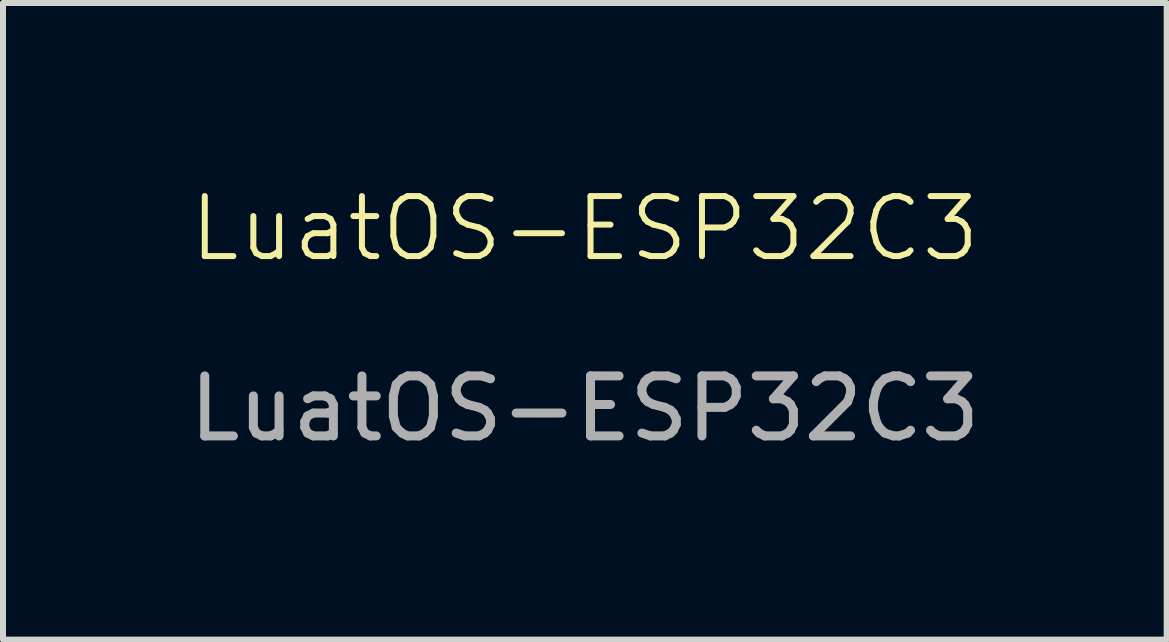
<source format=kicad_pcb>
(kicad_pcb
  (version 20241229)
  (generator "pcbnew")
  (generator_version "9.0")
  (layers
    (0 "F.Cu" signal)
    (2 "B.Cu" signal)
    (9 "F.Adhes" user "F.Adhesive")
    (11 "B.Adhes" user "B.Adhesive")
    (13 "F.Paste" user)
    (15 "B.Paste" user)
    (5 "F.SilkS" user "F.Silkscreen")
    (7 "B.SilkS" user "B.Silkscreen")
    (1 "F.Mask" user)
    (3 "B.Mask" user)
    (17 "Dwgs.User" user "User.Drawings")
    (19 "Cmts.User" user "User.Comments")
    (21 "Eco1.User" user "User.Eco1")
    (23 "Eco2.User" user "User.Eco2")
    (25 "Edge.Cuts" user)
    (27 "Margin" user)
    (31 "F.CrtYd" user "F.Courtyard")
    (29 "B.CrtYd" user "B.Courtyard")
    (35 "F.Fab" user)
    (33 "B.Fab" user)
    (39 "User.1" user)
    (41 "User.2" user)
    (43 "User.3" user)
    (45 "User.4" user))
  (footprint "LuatOS-ESP32C3"
    (layer "F.Cu")
    (at 6.696 1.26)
    (property "Reference" "LuatOS-ESP32C3" (at 0 -0.5 0) (unlocked yes) (layer "F.SilkS") (effects (font (size 1 1) (thickness 0.1))))
    (fp_text user "${REFERENCE}" (at 0 2.5 0) (unlocked yes) (layer "F.Fab") (effects (font (size 1 1) (thickness 0.15)))))
  (gr_rect
    (start -3 -3)
    (end 16.393 7.609)
    (stroke (width 0.1) (type default))
    (fill no)
    (layer "Edge.Cuts")))
</source>
